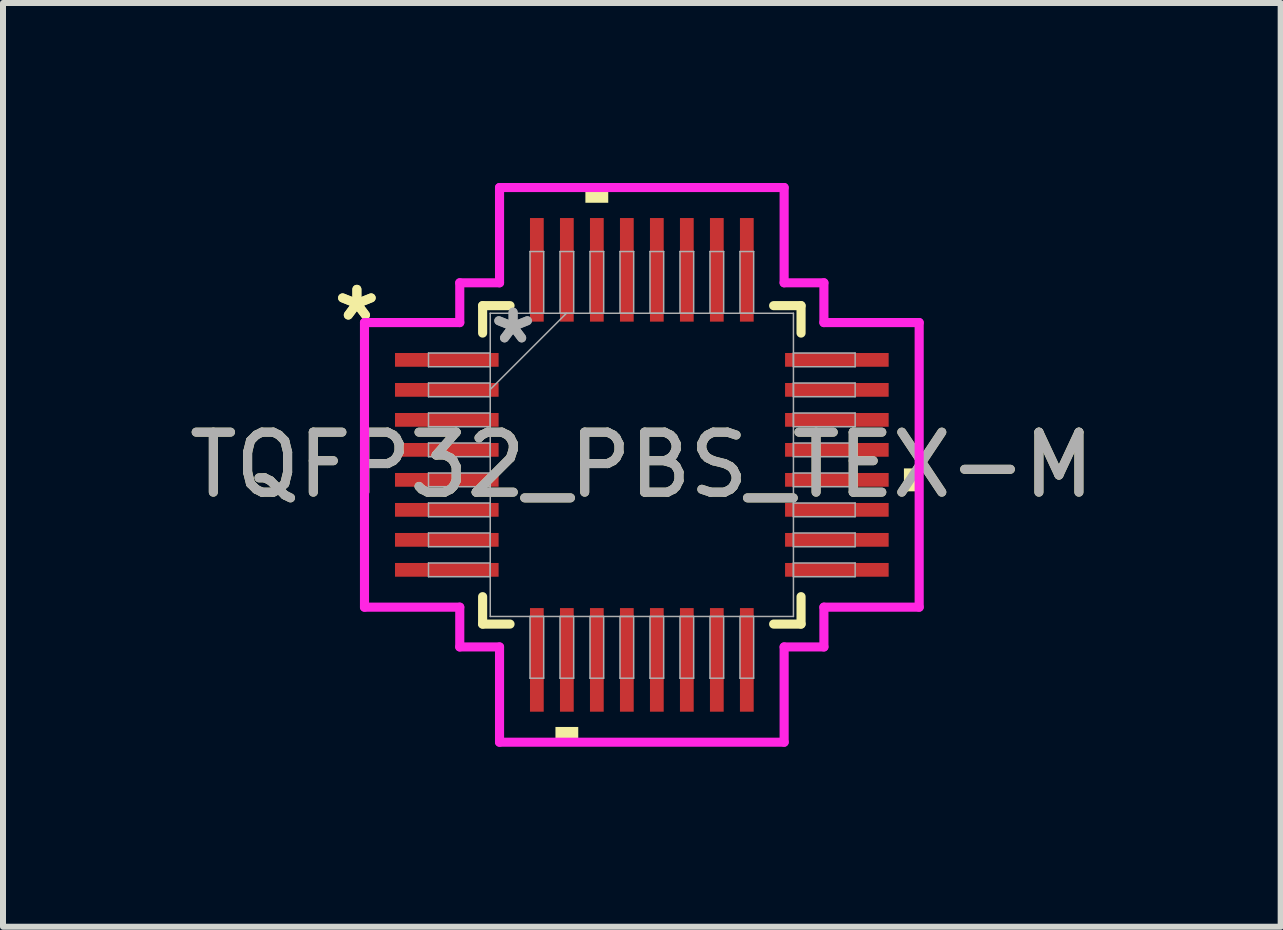
<source format=kicad_pcb>
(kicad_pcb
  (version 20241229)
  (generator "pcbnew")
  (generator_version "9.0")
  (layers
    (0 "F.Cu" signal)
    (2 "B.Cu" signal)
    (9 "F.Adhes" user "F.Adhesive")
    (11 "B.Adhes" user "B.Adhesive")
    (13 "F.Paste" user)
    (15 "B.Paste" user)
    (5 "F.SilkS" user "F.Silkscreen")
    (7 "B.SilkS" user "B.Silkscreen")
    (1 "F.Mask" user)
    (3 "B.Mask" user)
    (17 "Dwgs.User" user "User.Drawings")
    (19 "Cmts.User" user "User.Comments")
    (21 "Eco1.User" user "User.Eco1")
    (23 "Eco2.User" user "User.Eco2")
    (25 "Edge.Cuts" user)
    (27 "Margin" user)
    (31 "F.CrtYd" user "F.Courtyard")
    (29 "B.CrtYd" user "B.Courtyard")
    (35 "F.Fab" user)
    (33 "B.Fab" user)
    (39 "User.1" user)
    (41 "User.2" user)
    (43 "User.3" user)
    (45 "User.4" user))
  (footprint "TQFP32_PBS_TEX-M"
    (layer "F.Cu")
    (at 7.649 4.699)
    (property "Reference" "TQFP32_PBS_TEX-M" (at 0 0 0) (unlocked yes) (layer "F.SilkS") (effects (font (size 1 1) (thickness 0.15))))
    (attr smd)
    (fp_line (start -2.654 -2.654) (end -2.654 -2.197) (stroke (width 0.152) (type solid)) (layer "F.SilkS"))
    (fp_line (start -2.654 2.197) (end -2.654 2.654) (stroke (width 0.152) (type solid)) (layer "F.SilkS"))
    (fp_line (start -2.654 2.654) (end -2.197 2.654) (stroke (width 0.152) (type solid)) (layer "F.SilkS"))
    (fp_line (start -2.197 -2.654) (end -2.654 -2.654) (stroke (width 0.152) (type solid)) (layer "F.SilkS"))
    (fp_line (start 2.197 2.654) (end 2.654 2.654) (stroke (width 0.152) (type solid)) (layer "F.SilkS"))
    (fp_line (start 2.654 -2.654) (end 2.197 -2.654) (stroke (width 0.152) (type solid)) (layer "F.SilkS"))
    (fp_line (start 2.654 -2.197) (end 2.654 -2.654) (stroke (width 0.152) (type solid)) (layer "F.SilkS"))
    (fp_line (start 2.654 2.654) (end 2.654 2.197) (stroke (width 0.152) (type solid)) (layer "F.SilkS"))
    (fp_poly (pts (xy -1.44 4.369) (xy -1.44 4.623) (xy -1.06 4.623) (xy -1.06 4.369)) (stroke (width 0) (type solid)) (fill yes) (layer "F.SilkS"))
    (fp_poly (pts (xy -0.941 -4.369) (xy -0.941 -4.623) (xy -0.56 -4.623) (xy -0.56 -4.369)) (stroke (width 0) (type solid)) (fill yes) (layer "F.SilkS"))
    (fp_poly (pts (xy 4.623 0.059) (xy 4.623 0.441) (xy 4.369 0.441) (xy 4.369 0.059)) (stroke (width 0) (type solid)) (fill yes) (layer "F.SilkS"))
    (fp_line (start -4.623 -2.372) (end -3.035 -2.372) (stroke (width 0.152) (type solid)) (layer "F.CrtYd"))
    (fp_line (start -4.623 2.372) (end -4.623 -2.372) (stroke (width 0.152) (type solid)) (layer "F.CrtYd"))
    (fp_line (start -3.035 -3.035) (end -2.372 -3.035) (stroke (width 0.152) (type solid)) (layer "F.CrtYd"))
    (fp_line (start -3.035 -2.372) (end -3.035 -3.035) (stroke (width 0.152) (type solid)) (layer "F.CrtYd"))
    (fp_line (start -3.035 2.372) (end -4.623 2.372) (stroke (width 0.152) (type solid)) (layer "F.CrtYd"))
    (fp_line (start -3.035 3.035) (end -3.035 2.372) (stroke (width 0.152) (type solid)) (layer "F.CrtYd"))
    (fp_line (start -3.035 3.035) (end -2.372 3.035) (stroke (width 0.152) (type solid)) (layer "F.CrtYd"))
    (fp_line (start -2.372 -4.623) (end 2.372 -4.623) (stroke (width 0.152) (type solid)) (layer "F.CrtYd"))
    (fp_line (start -2.372 -3.035) (end -2.372 -4.623) (stroke (width 0.152) (type solid)) (layer "F.CrtYd"))
    (fp_line (start -2.372 3.035) (end -2.372 4.623) (stroke (width 0.152) (type solid)) (layer "F.CrtYd"))
    (fp_line (start -2.372 4.623) (end 2.372 4.623) (stroke (width 0.152) (type solid)) (layer "F.CrtYd"))
    (fp_line (start 2.372 -4.623) (end 2.372 -3.035) (stroke (width 0.152) (type solid)) (layer "F.CrtYd"))
    (fp_line (start 2.372 -3.035) (end 3.035 -3.035) (stroke (width 0.152) (type solid)) (layer "F.CrtYd"))
    (fp_line (start 2.372 3.035) (end 3.035 3.035) (stroke (width 0.152) (type solid)) (layer "F.CrtYd"))
    (fp_line (start 2.372 4.623) (end 2.372 3.035) (stroke (width 0.152) (type solid)) (layer "F.CrtYd"))
    (fp_line (start 3.035 -2.372) (end 3.035 -3.035) (stroke (width 0.152) (type solid)) (layer "F.CrtYd"))
    (fp_line (start 3.035 2.372) (end 4.623 2.372) (stroke (width 0.152) (type solid)) (layer "F.CrtYd"))
    (fp_line (start 3.035 3.035) (end 3.035 2.372) (stroke (width 0.152) (type solid)) (layer "F.CrtYd"))
    (fp_line (start 4.623 -2.372) (end 3.035 -2.372) (stroke (width 0.152) (type solid)) (layer "F.CrtYd"))
    (fp_line (start 4.623 2.372) (end 4.623 -2.372) (stroke (width 0.152) (type solid)) (layer "F.CrtYd"))
    (fp_line (start -3.556 -1.864) (end -3.556 -1.636) (stroke (width 0.025) (type solid)) (layer "F.Fab"))
    (fp_line (start -3.556 -1.636) (end -2.527 -1.636) (stroke (width 0.025) (type solid)) (layer "F.Fab"))
    (fp_line (start -3.556 -1.364) (end -3.556 -1.136) (stroke (width 0.025) (type solid)) (layer "F.Fab"))
    (fp_line (start -3.556 -1.136) (end -2.527 -1.136) (stroke (width 0.025) (type solid)) (layer "F.Fab"))
    (fp_line (start -3.556 -0.864) (end -3.556 -0.636) (stroke (width 0.025) (type solid)) (layer "F.Fab"))
    (fp_line (start -3.556 -0.636) (end -2.527 -0.636) (stroke (width 0.025) (type solid)) (layer "F.Fab"))
    (fp_line (start -3.556 -0.364) (end -3.556 -0.136) (stroke (width 0.025) (type solid)) (layer "F.Fab"))
    (fp_line (start -3.556 -0.136) (end -2.527 -0.136) (stroke (width 0.025) (type solid)) (layer "F.Fab"))
    (fp_line (start -3.556 0.136) (end -3.556 0.364) (stroke (width 0.025) (type solid)) (layer "F.Fab"))
    (fp_line (start -3.556 0.364) (end -2.527 0.364) (stroke (width 0.025) (type solid)) (layer "F.Fab"))
    (fp_line (start -3.556 0.636) (end -3.556 0.864) (stroke (width 0.025) (type solid)) (layer "F.Fab"))
    (fp_line (start -3.556 0.864) (end -2.527 0.864) (stroke (width 0.025) (type solid)) (layer "F.Fab"))
    (fp_line (start -3.556 1.136) (end -3.556 1.364) (stroke (width 0.025) (type solid)) (layer "F.Fab"))
    (fp_line (start -3.556 1.364) (end -2.527 1.364) (stroke (width 0.025) (type solid)) (layer "F.Fab"))
    (fp_line (start -3.556 1.636) (end -3.556 1.864) (stroke (width 0.025) (type solid)) (layer "F.Fab"))
    (fp_line (start -3.556 1.864) (end -2.527 1.864) (stroke (width 0.025) (type solid)) (layer "F.Fab"))
    (fp_line (start -2.527 -2.527) (end -2.527 2.527) (stroke (width 0.025) (type solid)) (layer "F.Fab"))
    (fp_line (start -2.527 -1.864) (end -3.556 -1.864) (stroke (width 0.025) (type solid)) (layer "F.Fab"))
    (fp_line (start -2.527 -1.636) (end -2.527 -1.864) (stroke (width 0.025) (type solid)) (layer "F.Fab"))
    (fp_line (start -2.527 -1.364) (end -3.556 -1.364) (stroke (width 0.025) (type solid)) (layer "F.Fab"))
    (fp_line (start -2.527 -1.257) (end -1.257 -2.527) (stroke (width 0.025) (type solid)) (layer "F.Fab"))
    (fp_line (start -2.527 -1.136) (end -2.527 -1.364) (stroke (width 0.025) (type solid)) (layer "F.Fab"))
    (fp_line (start -2.527 -0.864) (end -3.556 -0.864) (stroke (width 0.025) (type solid)) (layer "F.Fab"))
    (fp_line (start -2.527 -0.636) (end -2.527 -0.864) (stroke (width 0.025) (type solid)) (layer "F.Fab"))
    (fp_line (start -2.527 -0.364) (end -3.556 -0.364) (stroke (width 0.025) (type solid)) (layer "F.Fab"))
    (fp_line (start -2.527 -0.136) (end -2.527 -0.364) (stroke (width 0.025) (type solid)) (layer "F.Fab"))
    (fp_line (start -2.527 0.136) (end -3.556 0.136) (stroke (width 0.025) (type solid)) (layer "F.Fab"))
    (fp_line (start -2.527 0.364) (end -2.527 0.136) (stroke (width 0.025) (type solid)) (layer "F.Fab"))
    (fp_line (start -2.527 0.636) (end -3.556 0.636) (stroke (width 0.025) (type solid)) (layer "F.Fab"))
    (fp_line (start -2.527 0.864) (end -2.527 0.636) (stroke (width 0.025) (type solid)) (layer "F.Fab"))
    (fp_line (start -2.527 1.136) (end -3.556 1.136) (stroke (width 0.025) (type solid)) (layer "F.Fab"))
    (fp_line (start -2.527 1.364) (end -2.527 1.136) (stroke (width 0.025) (type solid)) (layer "F.Fab"))
    (fp_line (start -2.527 1.636) (end -3.556 1.636) (stroke (width 0.025) (type solid)) (layer "F.Fab"))
    (fp_line (start -2.527 1.864) (end -2.527 1.636) (stroke (width 0.025) (type solid)) (layer "F.Fab"))
    (fp_line (start -2.527 2.527) (end 2.527 2.527) (stroke (width 0.025) (type solid)) (layer "F.Fab"))
    (fp_line (start -1.864 -3.556) (end -1.864 -2.527) (stroke (width 0.025) (type solid)) (layer "F.Fab"))
    (fp_line (start -1.864 -2.527) (end -1.636 -2.527) (stroke (width 0.025) (type solid)) (layer "F.Fab"))
    (fp_line (start -1.864 2.527) (end -1.864 3.556) (stroke (width 0.025) (type solid)) (layer "F.Fab"))
    (fp_line (start -1.864 3.556) (end -1.636 3.556) (stroke (width 0.025) (type solid)) (layer "F.Fab"))
    (fp_line (start -1.636 -3.556) (end -1.864 -3.556) (stroke (width 0.025) (type solid)) (layer "F.Fab"))
    (fp_line (start -1.636 -2.527) (end -1.636 -3.556) (stroke (width 0.025) (type solid)) (layer "F.Fab"))
    (fp_line (start -1.636 2.527) (end -1.864 2.527) (stroke (width 0.025) (type solid)) (layer "F.Fab"))
    (fp_line (start -1.636 3.556) (end -1.636 2.527) (stroke (width 0.025) (type solid)) (layer "F.Fab"))
    (fp_line (start -1.364 -3.556) (end -1.364 -2.527) (stroke (width 0.025) (type solid)) (layer "F.Fab"))
    (fp_line (start -1.364 -2.527) (end -1.136 -2.527) (stroke (width 0.025) (type solid)) (layer "F.Fab"))
    (fp_line (start -1.364 2.527) (end -1.364 3.556) (stroke (width 0.025) (type solid)) (layer "F.Fab"))
    (fp_line (start -1.364 3.556) (end -1.136 3.556) (stroke (width 0.025) (type solid)) (layer "F.Fab"))
    (fp_line (start -1.136 -3.556) (end -1.364 -3.556) (stroke (width 0.025) (type solid)) (layer "F.Fab"))
    (fp_line (start -1.136 -2.527) (end -1.136 -3.556) (stroke (width 0.025) (type solid)) (layer "F.Fab"))
    (fp_line (start -1.136 2.527) (end -1.364 2.527) (stroke (width 0.025) (type solid)) (layer "F.Fab"))
    (fp_line (start -1.136 3.556) (end -1.136 2.527) (stroke (width 0.025) (type solid)) (layer "F.Fab"))
    (fp_line (start -0.864 -3.556) (end -0.864 -2.527) (stroke (width 0.025) (type solid)) (layer "F.Fab"))
    (fp_line (start -0.864 -2.527) (end -0.636 -2.527) (stroke (width 0.025) (type solid)) (layer "F.Fab"))
    (fp_line (start -0.864 2.527) (end -0.864 3.556) (stroke (width 0.025) (type solid)) (layer "F.Fab"))
    (fp_line (start -0.864 3.556) (end -0.636 3.556) (stroke (width 0.025) (type solid)) (layer "F.Fab"))
    (fp_line (start -0.636 -3.556) (end -0.864 -3.556) (stroke (width 0.025) (type solid)) (layer "F.Fab"))
    (fp_line (start -0.636 -2.527) (end -0.636 -3.556) (stroke (width 0.025) (type solid)) (layer "F.Fab"))
    (fp_line (start -0.636 2.527) (end -0.864 2.527) (stroke (width 0.025) (type solid)) (layer "F.Fab"))
    (fp_line (start -0.636 3.556) (end -0.636 2.527) (stroke (width 0.025) (type solid)) (layer "F.Fab"))
    (fp_line (start -0.364 -3.556) (end -0.364 -2.527) (stroke (width 0.025) (type solid)) (layer "F.Fab"))
    (fp_line (start -0.364 -2.527) (end -0.136 -2.527) (stroke (width 0.025) (type solid)) (layer "F.Fab"))
    (fp_line (start -0.364 2.527) (end -0.364 3.556) (stroke (width 0.025) (type solid)) (layer "F.Fab"))
    (fp_line (start -0.364 3.556) (end -0.136 3.556) (stroke (width 0.025) (type solid)) (layer "F.Fab"))
    (fp_line (start -0.136 -3.556) (end -0.364 -3.556) (stroke (width 0.025) (type solid)) (layer "F.Fab"))
    (fp_line (start -0.136 -2.527) (end -0.136 -3.556) (stroke (width 0.025) (type solid)) (layer "F.Fab"))
    (fp_line (start -0.136 2.527) (end -0.364 2.527) (stroke (width 0.025) (type solid)) (layer "F.Fab"))
    (fp_line (start -0.136 3.556) (end -0.136 2.527) (stroke (width 0.025) (type solid)) (layer "F.Fab"))
    (fp_line (start 0.136 -3.556) (end 0.136 -2.527) (stroke (width 0.025) (type solid)) (layer "F.Fab"))
    (fp_line (start 0.136 -2.527) (end 0.364 -2.527) (stroke (width 0.025) (type solid)) (layer "F.Fab"))
    (fp_line (start 0.136 2.527) (end 0.136 3.556) (stroke (width 0.025) (type solid)) (layer "F.Fab"))
    (fp_line (start 0.136 3.556) (end 0.364 3.556) (stroke (width 0.025) (type solid)) (layer "F.Fab"))
    (fp_line (start 0.364 -3.556) (end 0.136 -3.556) (stroke (width 0.025) (type solid)) (layer "F.Fab"))
    (fp_line (start 0.364 -2.527) (end 0.364 -3.556) (stroke (width 0.025) (type solid)) (layer "F.Fab"))
    (fp_line (start 0.364 2.527) (end 0.136 2.527) (stroke (width 0.025) (type solid)) (layer "F.Fab"))
    (fp_line (start 0.364 3.556) (end 0.364 2.527) (stroke (width 0.025) (type solid)) (layer "F.Fab"))
    (fp_line (start 0.636 -3.556) (end 0.636 -2.527) (stroke (width 0.025) (type solid)) (layer "F.Fab"))
    (fp_line (start 0.636 -2.527) (end 0.864 -2.527) (stroke (width 0.025) (type solid)) (layer "F.Fab"))
    (fp_line (start 0.636 2.527) (end 0.636 3.556) (stroke (width 0.025) (type solid)) (layer "F.Fab"))
    (fp_line (start 0.636 3.556) (end 0.864 3.556) (stroke (width 0.025) (type solid)) (layer "F.Fab"))
    (fp_line (start 0.864 -3.556) (end 0.636 -3.556) (stroke (width 0.025) (type solid)) (layer "F.Fab"))
    (fp_line (start 0.864 -2.527) (end 0.864 -3.556) (stroke (width 0.025) (type solid)) (layer "F.Fab"))
    (fp_line (start 0.864 2.527) (end 0.636 2.527) (stroke (width 0.025) (type solid)) (layer "F.Fab"))
    (fp_line (start 0.864 3.556) (end 0.864 2.527) (stroke (width 0.025) (type solid)) (layer "F.Fab"))
    (fp_line (start 1.136 -3.556) (end 1.136 -2.527) (stroke (width 0.025) (type solid)) (layer "F.Fab"))
    (fp_line (start 1.136 -2.527) (end 1.364 -2.527) (stroke (width 0.025) (type solid)) (layer "F.Fab"))
    (fp_line (start 1.136 2.527) (end 1.136 3.556) (stroke (width 0.025) (type solid)) (layer "F.Fab"))
    (fp_line (start 1.136 3.556) (end 1.364 3.556) (stroke (width 0.025) (type solid)) (layer "F.Fab"))
    (fp_line (start 1.364 -3.556) (end 1.136 -3.556) (stroke (width 0.025) (type solid)) (layer "F.Fab"))
    (fp_line (start 1.364 -2.527) (end 1.364 -3.556) (stroke (width 0.025) (type solid)) (layer "F.Fab"))
    (fp_line (start 1.364 2.527) (end 1.136 2.527) (stroke (width 0.025) (type solid)) (layer "F.Fab"))
    (fp_line (start 1.364 3.556) (end 1.364 2.527) (stroke (width 0.025) (type solid)) (layer "F.Fab"))
    (fp_line (start 1.636 -3.556) (end 1.636 -2.527) (stroke (width 0.025) (type solid)) (layer "F.Fab"))
    (fp_line (start 1.636 -2.527) (end 1.864 -2.527) (stroke (width 0.025) (type solid)) (layer "F.Fab"))
    (fp_line (start 1.636 2.527) (end 1.636 3.556) (stroke (width 0.025) (type solid)) (layer "F.Fab"))
    (fp_line (start 1.636 3.556) (end 1.864 3.556) (stroke (width 0.025) (type solid)) (layer "F.Fab"))
    (fp_line (start 1.864 -3.556) (end 1.636 -3.556) (stroke (width 0.025) (type solid)) (layer "F.Fab"))
    (fp_line (start 1.864 -2.527) (end 1.864 -3.556) (stroke (width 0.025) (type solid)) (layer "F.Fab"))
    (fp_line (start 1.864 2.527) (end 1.636 2.527) (stroke (width 0.025) (type solid)) (layer "F.Fab"))
    (fp_line (start 1.864 3.556) (end 1.864 2.527) (stroke (width 0.025) (type solid)) (layer "F.Fab"))
    (fp_line (start 2.527 -2.527) (end -2.527 -2.527) (stroke (width 0.025) (type solid)) (layer "F.Fab"))
    (fp_line (start 2.527 -1.864) (end 2.527 -1.636) (stroke (width 0.025) (type solid)) (layer "F.Fab"))
    (fp_line (start 2.527 -1.636) (end 3.556 -1.636) (stroke (width 0.025) (type solid)) (layer "F.Fab"))
    (fp_line (start 2.527 -1.364) (end 2.527 -1.136) (stroke (width 0.025) (type solid)) (layer "F.Fab"))
    (fp_line (start 2.527 -1.136) (end 3.556 -1.136) (stroke (width 0.025) (type solid)) (layer "F.Fab"))
    (fp_line (start 2.527 -0.864) (end 2.527 -0.636) (stroke (width 0.025) (type solid)) (layer "F.Fab"))
    (fp_line (start 2.527 -0.636) (end 3.556 -0.636) (stroke (width 0.025) (type solid)) (layer "F.Fab"))
    (fp_line (start 2.527 -0.364) (end 2.527 -0.136) (stroke (width 0.025) (type solid)) (layer "F.Fab"))
    (fp_line (start 2.527 -0.136) (end 3.556 -0.136) (stroke (width 0.025) (type solid)) (layer "F.Fab"))
    (fp_line (start 2.527 0.136) (end 2.527 0.364) (stroke (width 0.025) (type solid)) (layer "F.Fab"))
    (fp_line (start 2.527 0.364) (end 3.556 0.364) (stroke (width 0.025) (type solid)) (layer "F.Fab"))
    (fp_line (start 2.527 0.636) (end 2.527 0.864) (stroke (width 0.025) (type solid)) (layer "F.Fab"))
    (fp_line (start 2.527 0.864) (end 3.556 0.864) (stroke (width 0.025) (type solid)) (layer "F.Fab"))
    (fp_line (start 2.527 1.136) (end 2.527 1.364) (stroke (width 0.025) (type solid)) (layer "F.Fab"))
    (fp_line (start 2.527 1.364) (end 3.556 1.364) (stroke (width 0.025) (type solid)) (layer "F.Fab"))
    (fp_line (start 2.527 1.636) (end 2.527 1.864) (stroke (width 0.025) (type solid)) (layer "F.Fab"))
    (fp_line (start 2.527 1.864) (end 3.556 1.864) (stroke (width 0.025) (type solid)) (layer "F.Fab"))
    (fp_line (start 2.527 2.527) (end 2.527 -2.527) (stroke (width 0.025) (type solid)) (layer "F.Fab"))
    (fp_line (start 3.556 -1.864) (end 2.527 -1.864) (stroke (width 0.025) (type solid)) (layer "F.Fab"))
    (fp_line (start 3.556 -1.636) (end 3.556 -1.864) (stroke (width 0.025) (type solid)) (layer "F.Fab"))
    (fp_line (start 3.556 -1.364) (end 2.527 -1.364) (stroke (width 0.025) (type solid)) (layer "F.Fab"))
    (fp_line (start 3.556 -1.136) (end 3.556 -1.364) (stroke (width 0.025) (type solid)) (layer "F.Fab"))
    (fp_line (start 3.556 -0.864) (end 2.527 -0.864) (stroke (width 0.025) (type solid)) (layer "F.Fab"))
    (fp_line (start 3.556 -0.636) (end 3.556 -0.864) (stroke (width 0.025) (type solid)) (layer "F.Fab"))
    (fp_line (start 3.556 -0.364) (end 2.527 -0.364) (stroke (width 0.025) (type solid)) (layer "F.Fab"))
    (fp_line (start 3.556 -0.136) (end 3.556 -0.364) (stroke (width 0.025) (type solid)) (layer "F.Fab"))
    (fp_line (start 3.556 0.136) (end 2.527 0.136) (stroke (width 0.025) (type solid)) (layer "F.Fab"))
    (fp_line (start 3.556 0.364) (end 3.556 0.136) (stroke (width 0.025) (type solid)) (layer "F.Fab"))
    (fp_line (start 3.556 0.636) (end 2.527 0.636) (stroke (width 0.025) (type solid)) (layer "F.Fab"))
    (fp_line (start 3.556 0.864) (end 3.556 0.636) (stroke (width 0.025) (type solid)) (layer "F.Fab"))
    (fp_line (start 3.556 1.136) (end 2.527 1.136) (stroke (width 0.025) (type solid)) (layer "F.Fab"))
    (fp_line (start 3.556 1.364) (end 3.556 1.136) (stroke (width 0.025) (type solid)) (layer "F.Fab"))
    (fp_line (start 3.556 1.636) (end 2.527 1.636) (stroke (width 0.025) (type solid)) (layer "F.Fab"))
    (fp_line (start 3.556 1.864) (end 3.556 1.636) (stroke (width 0.025) (type solid)) (layer "F.Fab"))
    (fp_text user "*" (at -4.75 -2.381 0) (layer "F.SilkS") (effects (font (size 1 1) (thickness 0.15))))
    (fp_text user "*" (at -4.75 -2.381 0) (unlocked yes) (layer "F.SilkS") (effects (font (size 1 1) (thickness 0.15))))
    (fp_text user "*" (at -2.146 -2 0) (unlocked yes) (layer "F.Fab") (effects (font (size 1 1) (thickness 0.15))))
    (fp_text user "${REFERENCE}" (at 0 0 0) (unlocked yes) (layer "F.Fab") (effects (font (size 1 1) (thickness 0.15))))
    (fp_text user "*" (at -2.146 -2 0) (layer "F.Fab") (effects (font (size 1 1) (thickness 0.15))))
    (pad "1" smd rect (at -3.251 -1.75 90) (size 0.229 1.727) (layers "F.Cu" "F.Mask" "F.Paste"))
    (pad "2" smd rect (at -3.251 -1.25 90) (size 0.229 1.727) (layers "F.Cu" "F.Mask" "F.Paste"))
    (pad "3" smd rect (at -3.251 -0.75 90) (size 0.229 1.727) (layers "F.Cu" "F.Mask" "F.Paste"))
    (pad "4" smd rect (at -3.251 -0.25 90) (size 0.229 1.727) (layers "F.Cu" "F.Mask" "F.Paste"))
    (pad "5" smd rect (at -3.251 0.25 90) (size 0.229 1.727) (layers "F.Cu" "F.Mask" "F.Paste"))
    (pad "6" smd rect (at -3.251 0.75 90) (size 0.229 1.727) (layers "F.Cu" "F.Mask" "F.Paste"))
    (pad "7" smd rect (at -3.251 1.25 90) (size 0.229 1.727) (layers "F.Cu" "F.Mask" "F.Paste"))
    (pad "8" smd rect (at -3.251 1.75 90) (size 0.229 1.727) (layers "F.Cu" "F.Mask" "F.Paste"))
    (pad "9" smd rect (at -1.75 3.251) (size 0.229 1.727) (layers "F.Cu" "F.Mask" "F.Paste"))
    (pad "10" smd rect (at -1.25 3.251) (size 0.229 1.727) (layers "F.Cu" "F.Mask" "F.Paste"))
    (pad "11" smd rect (at -0.75 3.251) (size 0.229 1.727) (layers "F.Cu" "F.Mask" "F.Paste"))
    (pad "12" smd rect (at -0.25 3.251) (size 0.229 1.727) (layers "F.Cu" "F.Mask" "F.Paste"))
    (pad "13" smd rect (at 0.25 3.251) (size 0.229 1.727) (layers "F.Cu" "F.Mask" "F.Paste"))
    (pad "14" smd rect (at 0.75 3.251) (size 0.229 1.727) (layers "F.Cu" "F.Mask" "F.Paste"))
    (pad "15" smd rect (at 1.25 3.251) (size 0.229 1.727) (layers "F.Cu" "F.Mask" "F.Paste"))
    (pad "16" smd rect (at 1.75 3.251) (size 0.229 1.727) (layers "F.Cu" "F.Mask" "F.Paste"))
    (pad "17" smd rect (at 3.251 1.75 90) (size 0.229 1.727) (layers "F.Cu" "F.Mask" "F.Paste"))
    (pad "18" smd rect (at 3.251 1.25 90) (size 0.229 1.727) (layers "F.Cu" "F.Mask" "F.Paste"))
    (pad "19" smd rect (at 3.251 0.75 90) (size 0.229 1.727) (layers "F.Cu" "F.Mask" "F.Paste"))
    (pad "20" smd rect (at 3.251 0.25 90) (size 0.229 1.727) (layers "F.Cu" "F.Mask" "F.Paste"))
    (pad "21" smd rect (at 3.251 -0.25 90) (size 0.229 1.727) (layers "F.Cu" "F.Mask" "F.Paste"))
    (pad "22" smd rect (at 3.251 -0.75 90) (size 0.229 1.727) (layers "F.Cu" "F.Mask" "F.Paste"))
    (pad "23" smd rect (at 3.251 -1.25 90) (size 0.229 1.727) (layers "F.Cu" "F.Mask" "F.Paste"))
    (pad "24" smd rect (at 3.251 -1.75 90) (size 0.229 1.727) (layers "F.Cu" "F.Mask" "F.Paste"))
    (pad "25" smd rect (at 1.75 -3.251) (size 0.229 1.727) (layers "F.Cu" "F.Mask" "F.Paste"))
    (pad "26" smd rect (at 1.25 -3.251) (size 0.229 1.727) (layers "F.Cu" "F.Mask" "F.Paste"))
    (pad "27" smd rect (at 0.75 -3.251) (size 0.229 1.727) (layers "F.Cu" "F.Mask" "F.Paste"))
    (pad "28" smd rect (at 0.25 -3.251) (size 0.229 1.727) (layers "F.Cu" "F.Mask" "F.Paste"))
    (pad "29" smd rect (at -0.25 -3.251) (size 0.229 1.727) (layers "F.Cu" "F.Mask" "F.Paste"))
    (pad "30" smd rect (at -0.75 -3.251) (size 0.229 1.727) (layers "F.Cu" "F.Mask" "F.Paste"))
    (pad "31" smd rect (at -1.25 -3.251) (size 0.229 1.727) (layers "F.Cu" "F.Mask" "F.Paste"))
    (pad "32" smd rect (at -1.75 -3.251) (size 0.229 1.727) (layers "F.Cu" "F.Mask" "F.Paste")))
  (gr_rect
    (start -3 -3)
    (end 18.298 12.398)
    (stroke (width 0.1) (type default))
    (fill no)
    (layer "Edge.Cuts")))
</source>
